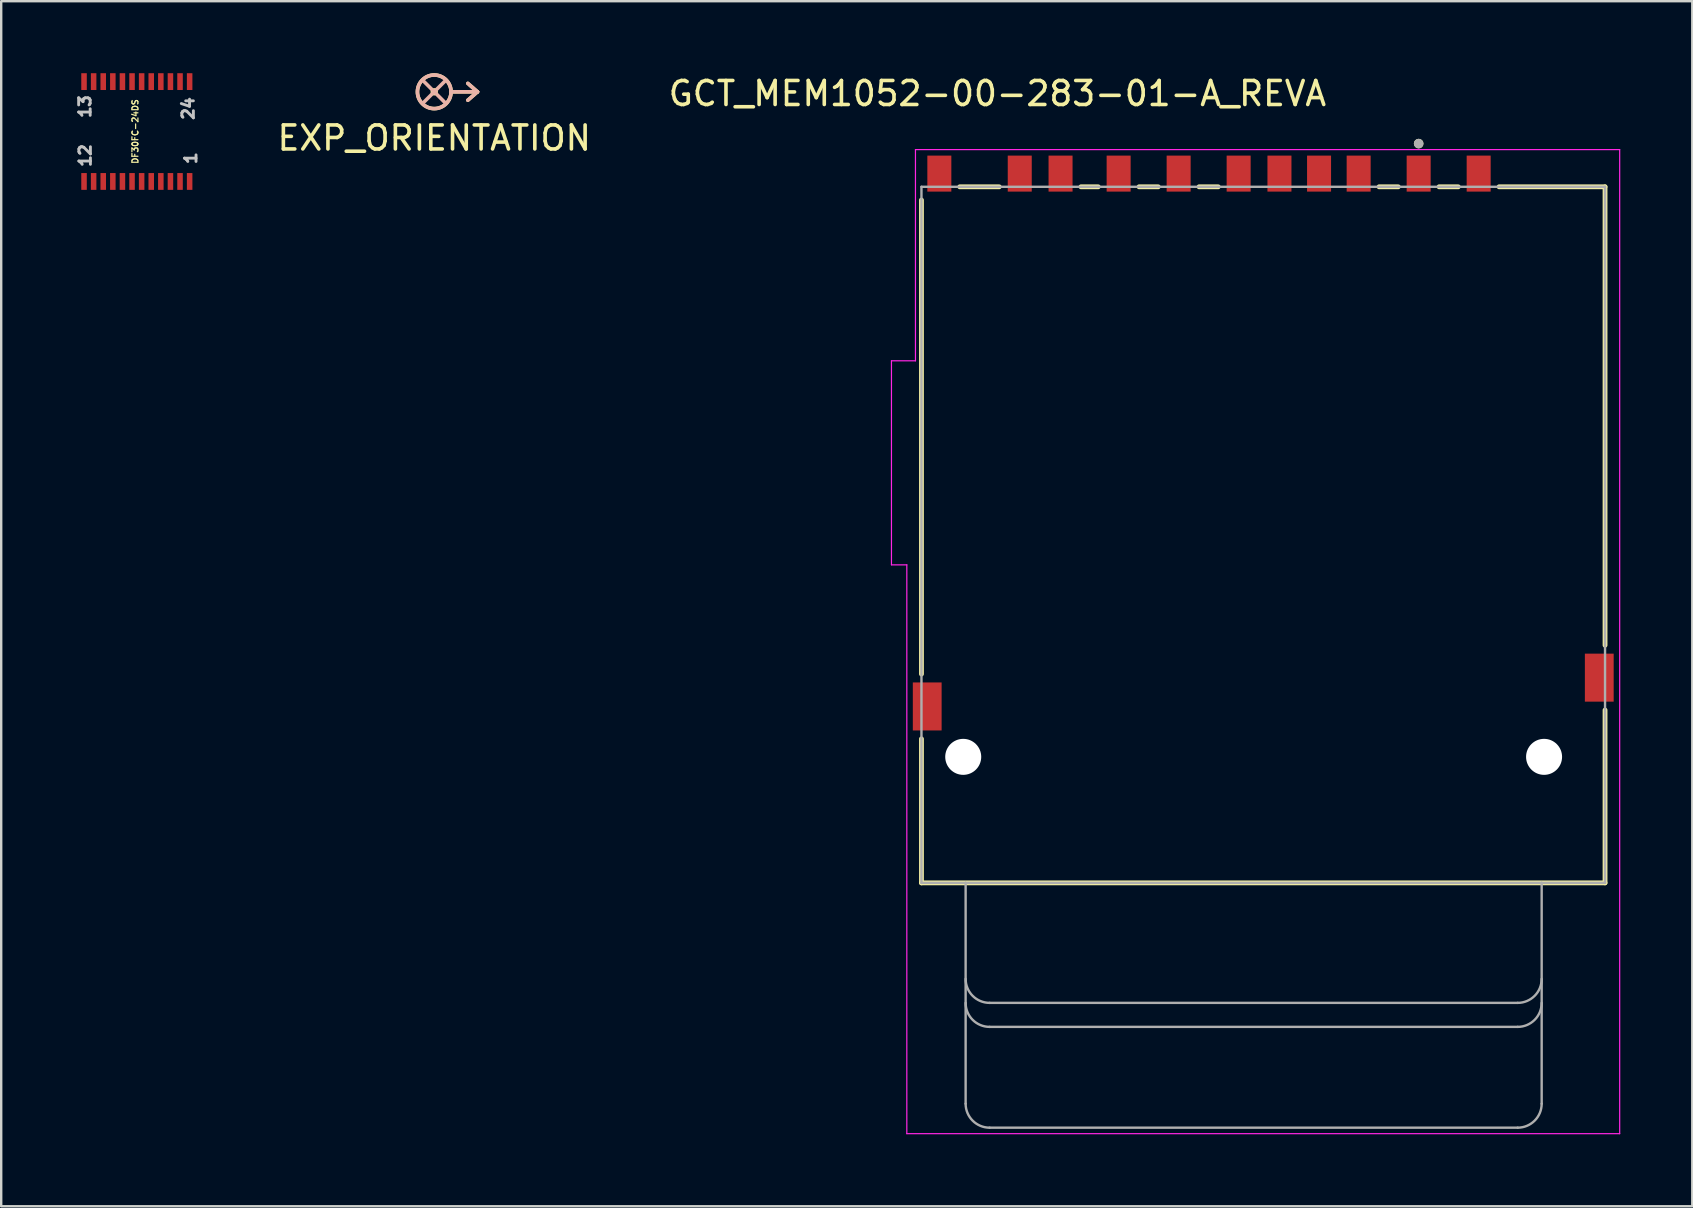
<source format=kicad_pcb>
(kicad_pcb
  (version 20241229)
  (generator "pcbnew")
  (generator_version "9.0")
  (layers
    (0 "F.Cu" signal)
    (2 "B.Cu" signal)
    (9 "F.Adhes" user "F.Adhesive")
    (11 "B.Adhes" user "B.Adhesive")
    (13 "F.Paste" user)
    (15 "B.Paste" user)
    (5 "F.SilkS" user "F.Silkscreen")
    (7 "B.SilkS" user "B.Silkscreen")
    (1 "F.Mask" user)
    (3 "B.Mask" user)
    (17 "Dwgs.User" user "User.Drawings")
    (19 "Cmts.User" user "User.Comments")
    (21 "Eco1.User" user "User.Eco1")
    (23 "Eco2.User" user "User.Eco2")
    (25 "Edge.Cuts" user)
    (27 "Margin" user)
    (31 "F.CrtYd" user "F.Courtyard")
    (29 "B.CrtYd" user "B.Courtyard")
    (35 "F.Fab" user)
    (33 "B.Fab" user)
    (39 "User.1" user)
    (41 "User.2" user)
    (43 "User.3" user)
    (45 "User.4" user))
  (footprint "GCT_MEM1052-00-283-01-A_REVA"
    (layer "F.Cu")
    (at 49.581 19.233)
    (property "Reference" "GCT_MEM1052-00-283-01-A_REVA" (at -11.075 -18.385 0) (layer "F.SilkS") (effects (font (size 1 1) (thickness 0.15))))
    (attr smd)
    (fp_line (start -14.24 5.8) (end -14.24 -13.95) (stroke (width 0.2) (type solid)) (layer "F.SilkS"))
    (fp_line (start -14.24 14.5) (end -14.24 8.5) (stroke (width 0.2) (type solid)) (layer "F.SilkS"))
    (fp_line (start -12.645 -14.5) (end -11 -14.5) (stroke (width 0.2) (type solid)) (layer "F.SilkS"))
    (fp_line (start -7.595 -14.5) (end -6.875 -14.5) (stroke (width 0.2) (type solid)) (layer "F.SilkS"))
    (fp_line (start -5.175 -14.5) (end -4.375 -14.5) (stroke (width 0.2) (type solid)) (layer "F.SilkS"))
    (fp_line (start -2.675 -14.5) (end -1.875 -14.5) (stroke (width 0.2) (type solid)) (layer "F.SilkS"))
    (fp_line (start 4.825 -14.5) (end 5.625 -14.5) (stroke (width 0.2) (type solid)) (layer "F.SilkS"))
    (fp_line (start 7.325 -14.5) (end 8.125 -14.5) (stroke (width 0.2) (type solid)) (layer "F.SilkS"))
    (fp_line (start 9.825 -14.5) (end 14.24 -14.5) (stroke (width 0.2) (type solid)) (layer "F.SilkS"))
    (fp_line (start 14.24 -14.5) (end 14.24 4.6) (stroke (width 0.2) (type solid)) (layer "F.SilkS"))
    (fp_line (start 14.24 7.3) (end 14.24 14.5) (stroke (width 0.2) (type solid)) (layer "F.SilkS"))
    (fp_line (start 14.24 14.5) (end -14.24 14.5) (stroke (width 0.2) (type solid)) (layer "F.SilkS"))
    (fp_circle (center 6.475 -16.3) (end 6.575 -16.3) (stroke (width 0.2) (type solid)) (fill no) (layer "F.SilkS"))
    (fp_line (start -15.49 -7.25) (end -14.49 -7.25) (stroke (width 0.05) (type solid)) (layer "F.CrtYd"))
    (fp_line (start -15.49 1.25) (end -15.49 -7.25) (stroke (width 0.05) (type solid)) (layer "F.CrtYd"))
    (fp_line (start -14.85 1.25) (end -15.49 1.25) (stroke (width 0.05) (type solid)) (layer "F.CrtYd"))
    (fp_line (start -14.85 24.95) (end -14.85 1.25) (stroke (width 0.05) (type solid)) (layer "F.CrtYd"))
    (fp_line (start -14.49 -16.05) (end 14.85 -16.05) (stroke (width 0.05) (type solid)) (layer "F.CrtYd"))
    (fp_line (start -14.49 -7.25) (end -14.49 -16.05) (stroke (width 0.05) (type solid)) (layer "F.CrtYd"))
    (fp_line (start 14.85 -16.05) (end 14.85 24.95) (stroke (width 0.05) (type solid)) (layer "F.CrtYd"))
    (fp_line (start 14.85 24.95) (end -14.85 24.95) (stroke (width 0.05) (type solid)) (layer "F.CrtYd"))
    (fp_line (start -14.24 -14.5) (end 14.24 -14.5) (stroke (width 0.1) (type solid)) (layer "F.Fab"))
    (fp_line (start -14.24 14.5) (end -14.24 -14.5) (stroke (width 0.1) (type solid)) (layer "F.Fab"))
    (fp_line (start -12.4 14.5) (end -14.24 14.5) (stroke (width 0.1) (type solid)) (layer "F.Fab"))
    (fp_line (start -12.4 14.5) (end -12.4 23.7) (stroke (width 0.1) (type solid)) (layer "F.Fab"))
    (fp_line (start -11.4 19.5) (end 10.6 19.5) (stroke (width 0.1) (type solid)) (layer "F.Fab"))
    (fp_line (start -11.4 20.5) (end 10.6 20.5) (stroke (width 0.1) (type solid)) (layer "F.Fab"))
    (fp_line (start -11.4 24.7) (end 10.6 24.7) (stroke (width 0.1) (type solid)) (layer "F.Fab"))
    (fp_line (start 11.6 14.5) (end -12.4 14.5) (stroke (width 0.1) (type solid)) (layer "F.Fab"))
    (fp_line (start 11.6 23.7) (end 11.6 14.5) (stroke (width 0.1) (type solid)) (layer "F.Fab"))
    (fp_line (start 14.24 -14.5) (end 14.24 14.5) (stroke (width 0.1) (type solid)) (layer "F.Fab"))
    (fp_line (start 14.24 14.5) (end 11.6 14.5) (stroke (width 0.1) (type solid)) (layer "F.Fab"))
    (fp_arc (start -11.4 19.5) (mid -12.107107 19.207107) (end -12.4 18.5) (stroke (width 0.1) (type solid)) (layer "F.Fab"))
    (fp_arc (start -11.4 20.5) (mid -12.107107 20.207107) (end -12.4 19.5) (stroke (width 0.1) (type solid)) (layer "F.Fab"))
    (fp_arc (start -11.4 24.7) (mid -12.107107 24.407107) (end -12.4 23.7) (stroke (width 0.1) (type solid)) (layer "F.Fab"))
    (fp_arc (start 11.6 18.5) (mid 11.307107 19.207107) (end 10.6 19.5) (stroke (width 0.1) (type solid)) (layer "F.Fab"))
    (fp_arc (start 11.6 19.5) (mid 11.307107 20.207107) (end 10.6 20.5) (stroke (width 0.1) (type solid)) (layer "F.Fab"))
    (fp_arc (start 11.6 23.7) (mid 11.307107 24.407107) (end 10.6 24.7) (stroke (width 0.1) (type solid)) (layer "F.Fab"))
    (fp_circle (center 6.475 -16.3) (end 6.575 -16.3) (stroke (width 0.2) (type solid)) (fill no) (layer "F.Fab"))
    (pad "" np_thru_hole circle (at -12.5 9.25) (size 1.5 1.5) (drill 1.5) (layers "*.Cu" "*.Mask"))
    (pad "" np_thru_hole circle (at 11.7 9.25) (size 1.5 1.5) (drill 1.5) (layers "*.Cu" "*.Mask"))
    (pad "CD" smd rect (at 2.325 -15.05) (size 1 1.5) (layers "F.Cu" "F.Mask" "F.Paste"))
    (pad "G1" smd rect (at -14 7.15) (size 1.2 2) (layers "F.Cu" "F.Mask" "F.Paste"))
    (pad "G2" smd rect (at 14 5.95) (size 1.2 2) (layers "F.Cu" "F.Mask" "F.Paste"))
    (pad "P1" smd rect (at 6.475 -15.05) (size 1 1.5) (layers "F.Cu" "F.Mask" "F.Paste"))
    (pad "P2" smd rect (at 3.975 -15.05) (size 1 1.5) (layers "F.Cu" "F.Mask" "F.Paste"))
    (pad "P3" smd rect (at 0.675 -15.05) (size 1 1.5) (layers "F.Cu" "F.Mask" "F.Paste"))
    (pad "P4" smd rect (at -1.025 -15.05) (size 1 1.5) (layers "F.Cu" "F.Mask" "F.Paste"))
    (pad "P5" smd rect (at -3.525 -15.05) (size 1 1.5) (layers "F.Cu" "F.Mask" "F.Paste"))
    (pad "P6" smd rect (at -6.025 -15.05) (size 1 1.5) (layers "F.Cu" "F.Mask" "F.Paste"))
    (pad "P7" smd rect (at -8.445 -15.05) (size 1 1.5) (layers "F.Cu" "F.Mask" "F.Paste"))
    (pad "P8" smd rect (at -10.145 -15.05) (size 1 1.5) (layers "F.Cu" "F.Mask" "F.Paste"))
    (pad "P9" smd rect (at 8.975 -15.05) (size 1 1.5) (layers "F.Cu" "F.Mask" "F.Paste"))
    (pad "WP" smd rect (at -13.495 -15.05) (size 1 1.5) (layers "F.Cu" "F.Mask" "F.Paste"))
    (zone (net_name "") (layer "F.Cu") (hatch full 0.508) (connect_pads) (min_thickness 0.01) (filled_areas_thickness no) (keepout (tracks not_allowed) (vias not_allowed) (pads not_allowed) (copperpour not_allowed) (footprints allowed)) (placement (enabled no)) (fill) (polygon (pts (xy 34.341 12.233) (xy 35.641 12.233) (xy 35.641 20.233) (xy 34.341 20.233))))
    (zone (net_name "") (layers "F.Cu" "B.Cu") (hatch full 0.508) (connect_pads) (min_thickness 0.01) (filled_areas_thickness no) (keepout (tracks allowed) (vias not_allowed) (pads allowed) (copperpour allowed) (footprints allowed)) (placement (enabled no)) (fill) (polygon (pts (xy 34.341 12.233) (xy 35.641 12.233) (xy 35.641 20.233) (xy 34.341 20.233)))))
  (footprint "DF30FC-24DS"
    (layer "F.Cu")
    (at 0.451 4.51)
    (property "Reference" "DF30FC-24DS" (at 2.132 -2.08 90) (layer "F.SilkS") (effects (font (size 0.25 0.25) (thickness 0.05) (bold yes))))
    (attr smd)
    (fp_text user "13" (at 0.04 -3.12 90) (layer "Dwgs.User") (effects (font (size 0.48 0.48) (thickness 0.15))))
    (fp_text user "24" (at 4.34 -3.04 90) (layer "Dwgs.User") (effects (font (size 0.48 0.48) (thickness 0.15))))
    (fp_text user "12" (at 0.05 -1.08 90) (layer "Dwgs.User") (effects (font (size 0.48 0.48) (thickness 0.15))))
    (fp_text user "1" (at 4.45 -0.97 90) (layer "Dwgs.User") (effects (font (size 0.48 0.48) (thickness 0.15))))
    (pad "1" smd rect (at 4.4 0) (size 0.23 0.7) (layers "F.Cu" "F.Mask" "F.Paste"))
    (pad "2" smd rect (at 4 0) (size 0.23 0.7) (layers "F.Cu" "F.Mask" "F.Paste"))
    (pad "3" smd rect (at 3.6 0) (size 0.23 0.7) (layers "F.Cu" "F.Mask" "F.Paste"))
    (pad "4" smd rect (at 3.2 0) (size 0.23 0.7) (layers "F.Cu" "F.Mask" "F.Paste"))
    (pad "5" smd rect (at 2.8 0) (size 0.23 0.7) (layers "F.Cu" "F.Mask" "F.Paste"))
    (pad "6" smd rect (at 2.4 0) (size 0.23 0.7) (layers "F.Cu" "F.Mask" "F.Paste"))
    (pad "7" smd rect (at 2 0) (size 0.23 0.7) (layers "F.Cu" "F.Mask" "F.Paste"))
    (pad "8" smd rect (at 1.6 0) (size 0.23 0.7) (layers "F.Cu" "F.Mask" "F.Paste"))
    (pad "9" smd rect (at 1.2 0) (size 0.23 0.7) (layers "F.Cu" "F.Mask" "F.Paste"))
    (pad "10" smd rect (at 0.8 0) (size 0.23 0.7) (layers "F.Cu" "F.Mask" "F.Paste"))
    (pad "11" smd rect (at 0.4 0) (size 0.23 0.7) (layers "F.Cu" "F.Mask" "F.Paste"))
    (pad "12" smd rect (at 0 0) (size 0.23 0.7) (layers "F.Cu" "F.Mask" "F.Paste"))
    (pad "13" smd rect (at 0 -4.16) (size 0.23 0.7) (layers "F.Cu" "F.Mask" "F.Paste"))
    (pad "14" smd rect (at 0.4 -4.16) (size 0.23 0.7) (layers "F.Cu" "F.Mask" "F.Paste"))
    (pad "15" smd rect (at 0.8 -4.16) (size 0.23 0.7) (layers "F.Cu" "F.Mask" "F.Paste"))
    (pad "16" smd rect (at 1.2 -4.16) (size 0.23 0.7) (layers "F.Cu" "F.Mask" "F.Paste"))
    (pad "17" smd rect (at 1.6 -4.16) (size 0.23 0.7) (layers "F.Cu" "F.Mask" "F.Paste"))
    (pad "18" smd rect (at 2 -4.16) (size 0.23 0.7) (layers "F.Cu" "F.Mask" "F.Paste"))
    (pad "19" smd rect (at 2.4 -4.16) (size 0.23 0.7) (layers "F.Cu" "F.Mask" "F.Paste"))
    (pad "20" smd rect (at 2.8 -4.16) (size 0.23 0.7) (layers "F.Cu" "F.Mask" "F.Paste"))
    (pad "21" smd rect (at 3.2 -4.16) (size 0.23 0.7) (layers "F.Cu" "F.Mask" "F.Paste"))
    (pad "22" smd rect (at 3.6 -4.16) (size 0.23 0.7) (layers "F.Cu" "F.Mask" "F.Paste"))
    (pad "23" smd rect (at 4 -4.16) (size 0.23 0.7) (layers "F.Cu" "F.Mask" "F.Paste"))
    (pad "24" smd rect (at 4.4 -4.16) (size 0.23 0.7) (layers "F.Cu" "F.Mask" "F.Paste")))
  (footprint "EXP_ORIENTATION"
    (layer "F.Cu")
    (at 15.042 0.775)
    (property "Reference" "EXP_ORIENTATION" (at 0 1.925 0) (layer "F.SilkS") (effects (font (size 1 1) (thickness 0.15))))
    (attr through_hole)
    (fp_line (start 0.7 0) (end 1.8 0) (stroke (width 0.15) (type solid)) (layer "F.SilkS"))
    (fp_line (start 1.8 0) (end 1.4 -0.35) (stroke (width 0.15) (type solid)) (layer "F.SilkS"))
    (fp_line (start 1.8 0) (end 1.4 0.35) (stroke (width 0.15) (type solid)) (layer "F.SilkS"))
    (fp_circle (center 0 0) (end 0.075 0.025) (stroke (width 0.15) (type solid)) (fill no) (layer "F.SilkS"))
    (fp_circle (center 0 0) (end 0.7 0.025) (stroke (width 0.15) (type solid)) (fill no) (layer "F.SilkS"))
    (fp_line (start 0 0) (end -0.475 -0.475) (stroke (width 0.15) (type solid)) (layer "B.SilkS"))
    (fp_line (start 0 0) (end -0.475 0.475) (stroke (width 0.15) (type solid)) (layer "B.SilkS"))
    (fp_line (start 0 0) (end 0.475 -0.475) (stroke (width 0.15) (type solid)) (layer "B.SilkS"))
    (fp_line (start 0 0) (end 0.475 0.475) (stroke (width 0.15) (type solid)) (layer "B.SilkS"))
    (fp_line (start 0.7 0) (end 1.8 0) (stroke (width 0.15) (type solid)) (layer "B.SilkS"))
    (fp_line (start 1.8 0) (end 1.4 -0.35) (stroke (width 0.15) (type solid)) (layer "B.SilkS"))
    (fp_line (start 1.8 0) (end 1.4 0.35) (stroke (width 0.15) (type solid)) (layer "B.SilkS"))
    (fp_circle (center 0 0) (end 0.7 0.025) (stroke (width 0.15) (type solid)) (fill no) (layer "B.SilkS")))
  (gr_rect
    (start -3 -3)
    (end 67.456 47.208)
    (stroke (width 0.1) (type default))
    (fill no)
    (layer "Edge.Cuts")))
</source>
